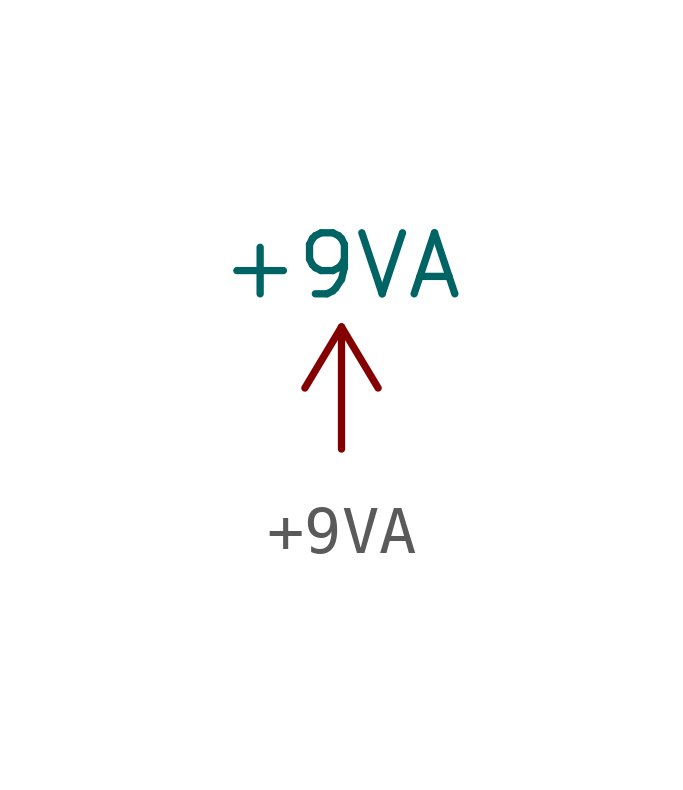
<source format=kicad_sym>
(kicad_symbol_lib
  (version 20201005)
  (generator kicad_symbol_editor)
  (symbol "+9VA"
    (power)
    (pin_names
      (offset 0))
    (property "Reference" "#PWR"
      (at 0 -3.175 0)
      (effects (font (size 1.27 1.27)) hide))
    (property "Value" "+9VA"
      (at 0 3.81 0)
      (effects (font (size 1.27 1.27))))
    (symbol "+9VA_0_1"
      (polyline (pts (xy -0.762 1.27) (xy 0 2.54)) (stroke (width 0)) (fill (type none)))
      (polyline (pts (xy 0 0) (xy 0 2.54)) (stroke (width 0)) (fill (type none)))
      (polyline (pts (xy 0 2.54) (xy 0.762 1.27)) (stroke (width 0)) (fill (type none))))
    (symbol "+9VA_1_1"
      (pin power_in line (at 0 0 90) (length 0) hide (name "+9VA" (effects (font (size 1.27 1.27)))) (number "1" (effects (font (size 1.27 1.27))))))))
</source>
